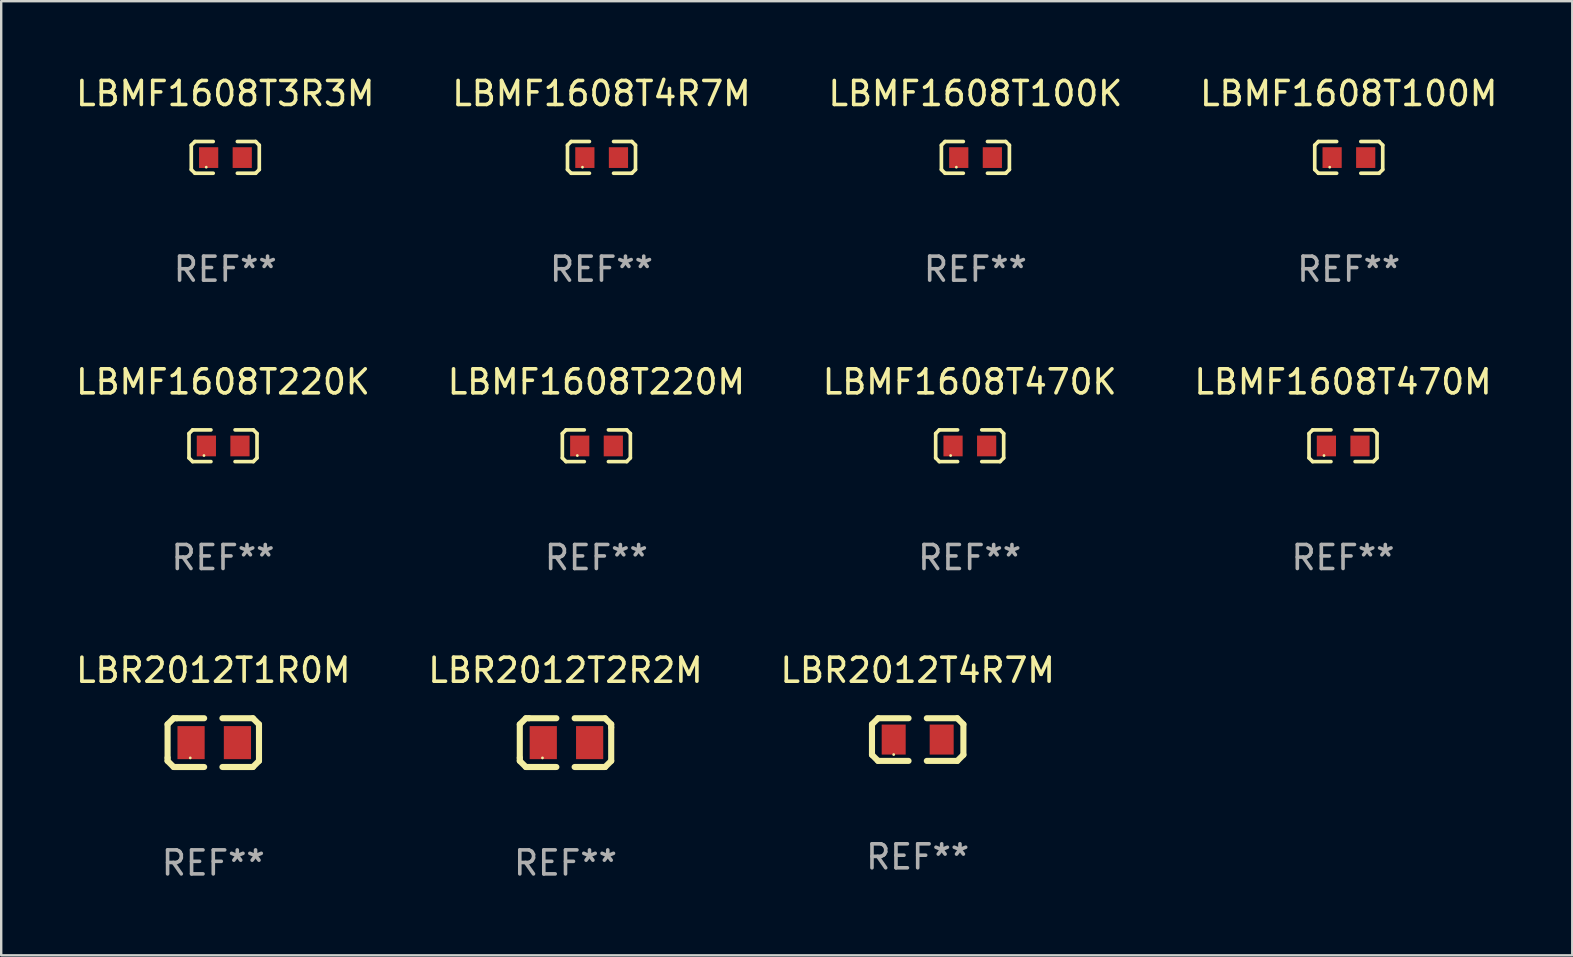
<source format=kicad_pcb>
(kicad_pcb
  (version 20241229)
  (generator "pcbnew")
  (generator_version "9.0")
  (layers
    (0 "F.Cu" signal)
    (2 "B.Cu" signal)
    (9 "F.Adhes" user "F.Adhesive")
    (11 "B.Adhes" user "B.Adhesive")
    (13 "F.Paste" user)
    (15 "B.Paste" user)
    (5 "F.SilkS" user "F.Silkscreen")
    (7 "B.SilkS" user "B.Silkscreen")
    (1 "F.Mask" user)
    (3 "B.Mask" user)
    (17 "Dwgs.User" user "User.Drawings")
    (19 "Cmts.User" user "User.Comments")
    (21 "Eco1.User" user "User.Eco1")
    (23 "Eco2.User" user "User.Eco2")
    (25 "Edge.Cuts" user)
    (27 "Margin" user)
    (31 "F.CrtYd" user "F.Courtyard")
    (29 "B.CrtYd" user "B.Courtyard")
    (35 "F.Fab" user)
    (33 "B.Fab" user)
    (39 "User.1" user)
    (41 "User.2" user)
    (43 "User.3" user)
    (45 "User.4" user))
  (footprint "LBMF1608T470M"
    (layer "F.Cu")
    (at 52.923 15.527)
    (property "Reference" "LBMF1608T470M" (at 0 -2.661 0) (layer "F.SilkS") (effects (font (size 1 1) (thickness 0.15))))
    (attr through_hole)
    (fp_line (start -1.417 -0.508) (end -1.265 -0.661) (stroke (width 0.152) (type solid)) (layer "F.SilkS"))
    (fp_line (start -1.417 0.508) (end -1.417 -0.508) (stroke (width 0.152) (type solid)) (layer "F.SilkS"))
    (fp_line (start -1.265 -0.661) (end -0.503 -0.661) (stroke (width 0.152) (type solid)) (layer "F.SilkS"))
    (fp_line (start -1.265 0.661) (end -1.417 0.508) (stroke (width 0.152) (type solid)) (layer "F.SilkS"))
    (fp_line (start -1.265 0.661) (end -0.503 0.661) (stroke (width 0.152) (type solid)) (layer "F.SilkS"))
    (fp_line (start 1.265 -0.661) (end 0.503 -0.661) (stroke (width 0.152) (type solid)) (layer "F.SilkS"))
    (fp_line (start 1.265 -0.661) (end 1.417 -0.508) (stroke (width 0.152) (type solid)) (layer "F.SilkS"))
    (fp_line (start 1.265 0.661) (end 0.503 0.661) (stroke (width 0.152) (type solid)) (layer "F.SilkS"))
    (fp_line (start 1.417 -0.508) (end 1.417 0.508) (stroke (width 0.152) (type solid)) (layer "F.SilkS"))
    (fp_line (start 1.417 0.508) (end 1.265 0.661) (stroke (width 0.152) (type solid)) (layer "F.SilkS"))
    (fp_circle (center -0.793 0.409) (end -0.763 0.409) (stroke (width 0.06) (type solid)) (fill no) (layer "F.SilkS"))
    (fp_text user "REF**" (at 0 4.661 0) (layer "F.Fab") (effects (font (size 1 1) (thickness 0.15))))
    (pad "1" smd rect (at -0.693 0.009 180) (size 0.8 0.864) (layers "F.Cu" "F.Mask" "F.Paste"))
    (pad "2" smd rect (at 0.707 0.009 180) (size 0.8 0.864) (layers "F.Cu" "F.Mask" "F.Paste")))
  (footprint "LBMF1608T220M"
    (layer "F.Cu")
    (at 21.804 15.527)
    (property "Reference" "LBMF1608T220M" (at 0 -2.661 0) (layer "F.SilkS") (effects (font (size 1 1) (thickness 0.15))))
    (attr through_hole)
    (fp_line (start -1.417 -0.508) (end -1.265 -0.661) (stroke (width 0.152) (type solid)) (layer "F.SilkS"))
    (fp_line (start -1.417 0.508) (end -1.417 -0.508) (stroke (width 0.152) (type solid)) (layer "F.SilkS"))
    (fp_line (start -1.265 -0.661) (end -0.503 -0.661) (stroke (width 0.152) (type solid)) (layer "F.SilkS"))
    (fp_line (start -1.265 0.661) (end -1.417 0.508) (stroke (width 0.152) (type solid)) (layer "F.SilkS"))
    (fp_line (start -1.265 0.661) (end -0.503 0.661) (stroke (width 0.152) (type solid)) (layer "F.SilkS"))
    (fp_line (start 1.265 -0.661) (end 0.503 -0.661) (stroke (width 0.152) (type solid)) (layer "F.SilkS"))
    (fp_line (start 1.265 -0.661) (end 1.417 -0.508) (stroke (width 0.152) (type solid)) (layer "F.SilkS"))
    (fp_line (start 1.265 0.661) (end 0.503 0.661) (stroke (width 0.152) (type solid)) (layer "F.SilkS"))
    (fp_line (start 1.417 -0.508) (end 1.417 0.508) (stroke (width 0.152) (type solid)) (layer "F.SilkS"))
    (fp_line (start 1.417 0.508) (end 1.265 0.661) (stroke (width 0.152) (type solid)) (layer "F.SilkS"))
    (fp_circle (center -0.793 0.409) (end -0.763 0.409) (stroke (width 0.06) (type solid)) (fill no) (layer "F.SilkS"))
    (fp_text user "REF**" (at 0 4.661 0) (layer "F.Fab") (effects (font (size 1 1) (thickness 0.15))))
    (pad "1" smd rect (at -0.693 0.009 180) (size 0.8 0.864) (layers "F.Cu" "F.Mask" "F.Paste"))
    (pad "2" smd rect (at 0.707 0.009 180) (size 0.8 0.864) (layers "F.Cu" "F.Mask" "F.Paste")))
  (footprint "LBR2012T2R2M"
    (layer "F.Cu")
    (at 20.518 27.9)
    (property "Reference" "LBR2012T2R2M" (at 0 -3.016 0) (layer "F.SilkS") (effects (font (size 1 1) (thickness 0.15))))
    (attr through_hole)
    (fp_line (start -1.905 -0.762) (end -1.905 0.635) (stroke (width 0.254) (type solid)) (layer "F.SilkS"))
    (fp_line (start -1.905 0.635) (end -1.905 0.762) (stroke (width 0.254) (type solid)) (layer "F.SilkS"))
    (fp_line (start -1.905 0.762) (end -1.651 1.016) (stroke (width 0.254) (type solid)) (layer "F.SilkS"))
    (fp_line (start -1.651 -1.016) (end -1.905 -0.762) (stroke (width 0.254) (type solid)) (layer "F.SilkS"))
    (fp_line (start -1.651 1.016) (end -0.381 1.016) (stroke (width 0.254) (type solid)) (layer "F.SilkS"))
    (fp_line (start -1.524 -1.016) (end -1.651 -1.016) (stroke (width 0.254) (type solid)) (layer "F.SilkS"))
    (fp_line (start -0.381 -1.016) (end -1.524 -1.016) (stroke (width 0.254) (type solid)) (layer "F.SilkS"))
    (fp_line (start 0.381 1.016) (end 1.524 1.016) (stroke (width 0.254) (type solid)) (layer "F.SilkS"))
    (fp_line (start 1.524 1.016) (end 1.651 1.016) (stroke (width 0.254) (type solid)) (layer "F.SilkS"))
    (fp_line (start 1.651 -1.016) (end 0.381 -1.016) (stroke (width 0.254) (type solid)) (layer "F.SilkS"))
    (fp_line (start 1.651 1.016) (end 1.905 0.762) (stroke (width 0.254) (type solid)) (layer "F.SilkS"))
    (fp_line (start 1.905 -0.762) (end 1.651 -1.016) (stroke (width 0.254) (type solid)) (layer "F.SilkS"))
    (fp_line (start 1.905 -0.635) (end 1.905 -0.762) (stroke (width 0.254) (type solid)) (layer "F.SilkS"))
    (fp_line (start 1.905 0.762) (end 1.905 -0.635) (stroke (width 0.254) (type solid)) (layer "F.SilkS"))
    (fp_circle (center -0.96 0.637) (end -0.93 0.637) (stroke (width 0.06) (type solid)) (fill no) (layer "F.SilkS"))
    (fp_text user "REF**" (at 0 5.016 0) (layer "F.Fab") (effects (font (size 1 1) (thickness 0.15))))
    (pad "1" smd rect (at -0.926 -0.000051) (size 1.133 1.377) (layers "F.Cu" "F.Mask" "F.Paste"))
    (pad "2" smd rect (at 1.006 -0.000051) (size 1.133 1.377) (layers "F.Cu" "F.Mask" "F.Paste")))
  (footprint "LBR2012T1R0M"
    (layer "F.Cu")
    (at 5.839 27.9)
    (property "Reference" "LBR2012T1R0M" (at 0 -3.016 0) (layer "F.SilkS") (effects (font (size 1 1) (thickness 0.15))))
    (attr through_hole)
    (fp_line (start -1.905 -0.762) (end -1.905 0.635) (stroke (width 0.254) (type solid)) (layer "F.SilkS"))
    (fp_line (start -1.905 0.635) (end -1.905 0.762) (stroke (width 0.254) (type solid)) (layer "F.SilkS"))
    (fp_line (start -1.905 0.762) (end -1.651 1.016) (stroke (width 0.254) (type solid)) (layer "F.SilkS"))
    (fp_line (start -1.651 -1.016) (end -1.905 -0.762) (stroke (width 0.254) (type solid)) (layer "F.SilkS"))
    (fp_line (start -1.651 1.016) (end -0.381 1.016) (stroke (width 0.254) (type solid)) (layer "F.SilkS"))
    (fp_line (start -1.524 -1.016) (end -1.651 -1.016) (stroke (width 0.254) (type solid)) (layer "F.SilkS"))
    (fp_line (start -0.381 -1.016) (end -1.524 -1.016) (stroke (width 0.254) (type solid)) (layer "F.SilkS"))
    (fp_line (start 0.381 1.016) (end 1.524 1.016) (stroke (width 0.254) (type solid)) (layer "F.SilkS"))
    (fp_line (start 1.524 1.016) (end 1.651 1.016) (stroke (width 0.254) (type solid)) (layer "F.SilkS"))
    (fp_line (start 1.651 -1.016) (end 0.381 -1.016) (stroke (width 0.254) (type solid)) (layer "F.SilkS"))
    (fp_line (start 1.651 1.016) (end 1.905 0.762) (stroke (width 0.254) (type solid)) (layer "F.SilkS"))
    (fp_line (start 1.905 -0.762) (end 1.651 -1.016) (stroke (width 0.254) (type solid)) (layer "F.SilkS"))
    (fp_line (start 1.905 -0.635) (end 1.905 -0.762) (stroke (width 0.254) (type solid)) (layer "F.SilkS"))
    (fp_line (start 1.905 0.762) (end 1.905 -0.635) (stroke (width 0.254) (type solid)) (layer "F.SilkS"))
    (fp_circle (center -0.96 0.637) (end -0.93 0.637) (stroke (width 0.06) (type solid)) (fill no) (layer "F.SilkS"))
    (fp_text user "REF**" (at 0 5.016 0) (layer "F.Fab") (effects (font (size 1 1) (thickness 0.15))))
    (pad "1" smd rect (at -0.926 -0.000051) (size 1.133 1.377) (layers "F.Cu" "F.Mask" "F.Paste"))
    (pad "2" smd rect (at 1.006 -0.000051) (size 1.133 1.377) (layers "F.Cu" "F.Mask" "F.Paste")))
  (footprint "LBMF1608T100K"
    (layer "F.Cu")
    (at 37.601 3.509)
    (property "Reference" "LBMF1608T100K" (at 0 -2.661 0) (layer "F.SilkS") (effects (font (size 1 1) (thickness 0.15))))
    (attr through_hole)
    (fp_line (start -1.417 -0.508) (end -1.265 -0.661) (stroke (width 0.152) (type solid)) (layer "F.SilkS"))
    (fp_line (start -1.417 0.508) (end -1.417 -0.508) (stroke (width 0.152) (type solid)) (layer "F.SilkS"))
    (fp_line (start -1.265 -0.661) (end -0.503 -0.661) (stroke (width 0.152) (type solid)) (layer "F.SilkS"))
    (fp_line (start -1.265 0.661) (end -1.417 0.508) (stroke (width 0.152) (type solid)) (layer "F.SilkS"))
    (fp_line (start -1.265 0.661) (end -0.503 0.661) (stroke (width 0.152) (type solid)) (layer "F.SilkS"))
    (fp_line (start 1.265 -0.661) (end 0.503 -0.661) (stroke (width 0.152) (type solid)) (layer "F.SilkS"))
    (fp_line (start 1.265 -0.661) (end 1.417 -0.508) (stroke (width 0.152) (type solid)) (layer "F.SilkS"))
    (fp_line (start 1.265 0.661) (end 0.503 0.661) (stroke (width 0.152) (type solid)) (layer "F.SilkS"))
    (fp_line (start 1.417 -0.508) (end 1.417 0.508) (stroke (width 0.152) (type solid)) (layer "F.SilkS"))
    (fp_line (start 1.417 0.508) (end 1.265 0.661) (stroke (width 0.152) (type solid)) (layer "F.SilkS"))
    (fp_circle (center -0.793 0.409) (end -0.763 0.409) (stroke (width 0.06) (type solid)) (fill no) (layer "F.SilkS"))
    (fp_text user "REF**" (at 0 4.661 0) (layer "F.Fab") (effects (font (size 1 1) (thickness 0.15))))
    (pad "1" smd rect (at -0.693 0.009 180) (size 0.8 0.864) (layers "F.Cu" "F.Mask" "F.Paste"))
    (pad "2" smd rect (at 0.707 0.009 180) (size 0.8 0.864) (layers "F.Cu" "F.Mask" "F.Paste")))
  (footprint "LBMF1608T470K"
    (layer "F.Cu")
    (at 37.363 15.527)
    (property "Reference" "LBMF1608T470K" (at 0 -2.661 0) (layer "F.SilkS") (effects (font (size 1 1) (thickness 0.15))))
    (attr through_hole)
    (fp_line (start -1.417 -0.508) (end -1.265 -0.661) (stroke (width 0.152) (type solid)) (layer "F.SilkS"))
    (fp_line (start -1.417 0.508) (end -1.417 -0.508) (stroke (width 0.152) (type solid)) (layer "F.SilkS"))
    (fp_line (start -1.265 -0.661) (end -0.503 -0.661) (stroke (width 0.152) (type solid)) (layer "F.SilkS"))
    (fp_line (start -1.265 0.661) (end -1.417 0.508) (stroke (width 0.152) (type solid)) (layer "F.SilkS"))
    (fp_line (start -1.265 0.661) (end -0.503 0.661) (stroke (width 0.152) (type solid)) (layer "F.SilkS"))
    (fp_line (start 1.265 -0.661) (end 0.503 -0.661) (stroke (width 0.152) (type solid)) (layer "F.SilkS"))
    (fp_line (start 1.265 -0.661) (end 1.417 -0.508) (stroke (width 0.152) (type solid)) (layer "F.SilkS"))
    (fp_line (start 1.265 0.661) (end 0.503 0.661) (stroke (width 0.152) (type solid)) (layer "F.SilkS"))
    (fp_line (start 1.417 -0.508) (end 1.417 0.508) (stroke (width 0.152) (type solid)) (layer "F.SilkS"))
    (fp_line (start 1.417 0.508) (end 1.265 0.661) (stroke (width 0.152) (type solid)) (layer "F.SilkS"))
    (fp_circle (center -0.793 0.409) (end -0.763 0.409) (stroke (width 0.06) (type solid)) (fill no) (layer "F.SilkS"))
    (fp_text user "REF**" (at 0 4.661 0) (layer "F.Fab") (effects (font (size 1 1) (thickness 0.15))))
    (pad "1" smd rect (at -0.693 0.009 180) (size 0.8 0.864) (layers "F.Cu" "F.Mask" "F.Paste"))
    (pad "2" smd rect (at 0.707 0.009 180) (size 0.8 0.864) (layers "F.Cu" "F.Mask" "F.Paste")))
  (footprint "LBR2012T4R7M"
    (layer "F.Cu")
    (at 35.196 27.773)
    (property "Reference" "LBR2012T4R7M" (at 0 -2.889 0) (layer "F.SilkS") (effects (font (size 1 1) (thickness 0.15))))
    (attr through_hole)
    (fp_line (start -1.905 -0.635) (end -1.651 -0.889) (stroke (width 0.254) (type solid)) (layer "F.SilkS"))
    (fp_line (start -1.905 0.635) (end -1.905 -0.635) (stroke (width 0.254) (type solid)) (layer "F.SilkS"))
    (fp_line (start -1.651 -0.889) (end -0.381 -0.889) (stroke (width 0.254) (type solid)) (layer "F.SilkS"))
    (fp_line (start -1.651 0.889) (end -1.905 0.635) (stroke (width 0.254) (type solid)) (layer "F.SilkS"))
    (fp_line (start -0.381 0.889) (end -1.651 0.889) (stroke (width 0.254) (type solid)) (layer "F.SilkS"))
    (fp_line (start 0.381 -0.889) (end 1.651 -0.889) (stroke (width 0.254) (type solid)) (layer "F.SilkS"))
    (fp_line (start 1.651 -0.889) (end 1.905 -0.635) (stroke (width 0.254) (type solid)) (layer "F.SilkS"))
    (fp_line (start 1.651 0.889) (end 0.381 0.889) (stroke (width 0.254) (type solid)) (layer "F.SilkS"))
    (fp_line (start 1.905 -0.635) (end 1.905 0.635) (stroke (width 0.254) (type solid)) (layer "F.SilkS"))
    (fp_line (start 1.905 0.635) (end 1.651 0.889) (stroke (width 0.254) (type solid)) (layer "F.SilkS"))
    (fp_circle (center -1 0.625) (end -0.97 0.625) (stroke (width 0.06) (type solid)) (fill no) (layer "F.SilkS"))
    (fp_text user "REF**" (at 0 4.889 0) (layer "F.Fab") (effects (font (size 1 1) (thickness 0.15))))
    (pad "1" smd rect (at -1 0 180) (size 1 1.25) (layers "F.Cu" "F.Mask" "F.Paste"))
    (pad "2" smd rect (at 1 0) (size 1 1.25) (layers "F.Cu" "F.Mask" "F.Paste")))
  (footprint "LBMF1608T4R7M"
    (layer "F.Cu")
    (at 22.018 3.509)
    (property "Reference" "LBMF1608T4R7M" (at 0 -2.661 0) (layer "F.SilkS") (effects (font (size 1 1) (thickness 0.15))))
    (attr through_hole)
    (fp_line (start -1.417 -0.508) (end -1.265 -0.661) (stroke (width 0.152) (type solid)) (layer "F.SilkS"))
    (fp_line (start -1.417 0.508) (end -1.417 -0.508) (stroke (width 0.152) (type solid)) (layer "F.SilkS"))
    (fp_line (start -1.265 -0.661) (end -0.503 -0.661) (stroke (width 0.152) (type solid)) (layer "F.SilkS"))
    (fp_line (start -1.265 0.661) (end -1.417 0.508) (stroke (width 0.152) (type solid)) (layer "F.SilkS"))
    (fp_line (start -1.265 0.661) (end -0.503 0.661) (stroke (width 0.152) (type solid)) (layer "F.SilkS"))
    (fp_line (start 1.265 -0.661) (end 0.503 -0.661) (stroke (width 0.152) (type solid)) (layer "F.SilkS"))
    (fp_line (start 1.265 -0.661) (end 1.417 -0.508) (stroke (width 0.152) (type solid)) (layer "F.SilkS"))
    (fp_line (start 1.265 0.661) (end 0.503 0.661) (stroke (width 0.152) (type solid)) (layer "F.SilkS"))
    (fp_line (start 1.417 -0.508) (end 1.417 0.508) (stroke (width 0.152) (type solid)) (layer "F.SilkS"))
    (fp_line (start 1.417 0.508) (end 1.265 0.661) (stroke (width 0.152) (type solid)) (layer "F.SilkS"))
    (fp_circle (center -0.793 0.409) (end -0.763 0.409) (stroke (width 0.06) (type solid)) (fill no) (layer "F.SilkS"))
    (fp_text user "REF**" (at 0 4.661 0) (layer "F.Fab") (effects (font (size 1 1) (thickness 0.15))))
    (pad "1" smd rect (at -0.693 0.009 180) (size 0.8 0.864) (layers "F.Cu" "F.Mask" "F.Paste"))
    (pad "2" smd rect (at 0.707 0.009 180) (size 0.8 0.864) (layers "F.Cu" "F.Mask" "F.Paste")))
  (footprint "LBMF1608T3R3M"
    (layer "F.Cu")
    (at 6.339 3.509)
    (property "Reference" "LBMF1608T3R3M" (at 0 -2.661 0) (layer "F.SilkS") (effects (font (size 1 1) (thickness 0.15))))
    (attr through_hole)
    (fp_line (start -1.417 -0.508) (end -1.265 -0.661) (stroke (width 0.152) (type solid)) (layer "F.SilkS"))
    (fp_line (start -1.417 0.508) (end -1.417 -0.508) (stroke (width 0.152) (type solid)) (layer "F.SilkS"))
    (fp_line (start -1.265 -0.661) (end -0.503 -0.661) (stroke (width 0.152) (type solid)) (layer "F.SilkS"))
    (fp_line (start -1.265 0.661) (end -1.417 0.508) (stroke (width 0.152) (type solid)) (layer "F.SilkS"))
    (fp_line (start -1.265 0.661) (end -0.503 0.661) (stroke (width 0.152) (type solid)) (layer "F.SilkS"))
    (fp_line (start 1.265 -0.661) (end 0.503 -0.661) (stroke (width 0.152) (type solid)) (layer "F.SilkS"))
    (fp_line (start 1.265 -0.661) (end 1.417 -0.508) (stroke (width 0.152) (type solid)) (layer "F.SilkS"))
    (fp_line (start 1.265 0.661) (end 0.503 0.661) (stroke (width 0.152) (type solid)) (layer "F.SilkS"))
    (fp_line (start 1.417 -0.508) (end 1.417 0.508) (stroke (width 0.152) (type solid)) (layer "F.SilkS"))
    (fp_line (start 1.417 0.508) (end 1.265 0.661) (stroke (width 0.152) (type solid)) (layer "F.SilkS"))
    (fp_circle (center -0.793 0.409) (end -0.763 0.409) (stroke (width 0.06) (type solid)) (fill no) (layer "F.SilkS"))
    (fp_text user "REF**" (at 0 4.661 0) (layer "F.Fab") (effects (font (size 1 1) (thickness 0.15))))
    (pad "1" smd rect (at -0.693 0.009 180) (size 0.8 0.864) (layers "F.Cu" "F.Mask" "F.Paste"))
    (pad "2" smd rect (at 0.707 0.009 180) (size 0.8 0.864) (layers "F.Cu" "F.Mask" "F.Paste")))
  (footprint "LBMF1608T100M"
    (layer "F.Cu")
    (at 53.161 3.509)
    (property "Reference" "LBMF1608T100M" (at 0 -2.661 0) (layer "F.SilkS") (effects (font (size 1 1) (thickness 0.15))))
    (attr through_hole)
    (fp_line (start -1.417 -0.508) (end -1.265 -0.661) (stroke (width 0.152) (type solid)) (layer "F.SilkS"))
    (fp_line (start -1.417 0.508) (end -1.417 -0.508) (stroke (width 0.152) (type solid)) (layer "F.SilkS"))
    (fp_line (start -1.265 -0.661) (end -0.503 -0.661) (stroke (width 0.152) (type solid)) (layer "F.SilkS"))
    (fp_line (start -1.265 0.661) (end -1.417 0.508) (stroke (width 0.152) (type solid)) (layer "F.SilkS"))
    (fp_line (start -1.265 0.661) (end -0.503 0.661) (stroke (width 0.152) (type solid)) (layer "F.SilkS"))
    (fp_line (start 1.265 -0.661) (end 0.503 -0.661) (stroke (width 0.152) (type solid)) (layer "F.SilkS"))
    (fp_line (start 1.265 -0.661) (end 1.417 -0.508) (stroke (width 0.152) (type solid)) (layer "F.SilkS"))
    (fp_line (start 1.265 0.661) (end 0.503 0.661) (stroke (width 0.152) (type solid)) (layer "F.SilkS"))
    (fp_line (start 1.417 -0.508) (end 1.417 0.508) (stroke (width 0.152) (type solid)) (layer "F.SilkS"))
    (fp_line (start 1.417 0.508) (end 1.265 0.661) (stroke (width 0.152) (type solid)) (layer "F.SilkS"))
    (fp_circle (center -0.793 0.409) (end -0.763 0.409) (stroke (width 0.06) (type solid)) (fill no) (layer "F.SilkS"))
    (fp_text user "REF**" (at 0 4.661 0) (layer "F.Fab") (effects (font (size 1 1) (thickness 0.15))))
    (pad "1" smd rect (at -0.693 0.009 180) (size 0.8 0.864) (layers "F.Cu" "F.Mask" "F.Paste"))
    (pad "2" smd rect (at 0.707 0.009 180) (size 0.8 0.864) (layers "F.Cu" "F.Mask" "F.Paste")))
  (footprint "LBMF1608T220K"
    (layer "F.Cu")
    (at 6.244 15.527)
    (property "Reference" "LBMF1608T220K" (at 0 -2.661 0) (layer "F.SilkS") (effects (font (size 1 1) (thickness 0.15))))
    (attr through_hole)
    (fp_line (start -1.417 -0.508) (end -1.265 -0.661) (stroke (width 0.152) (type solid)) (layer "F.SilkS"))
    (fp_line (start -1.417 0.508) (end -1.417 -0.508) (stroke (width 0.152) (type solid)) (layer "F.SilkS"))
    (fp_line (start -1.265 -0.661) (end -0.503 -0.661) (stroke (width 0.152) (type solid)) (layer "F.SilkS"))
    (fp_line (start -1.265 0.661) (end -1.417 0.508) (stroke (width 0.152) (type solid)) (layer "F.SilkS"))
    (fp_line (start -1.265 0.661) (end -0.503 0.661) (stroke (width 0.152) (type solid)) (layer "F.SilkS"))
    (fp_line (start 1.265 -0.661) (end 0.503 -0.661) (stroke (width 0.152) (type solid)) (layer "F.SilkS"))
    (fp_line (start 1.265 -0.661) (end 1.417 -0.508) (stroke (width 0.152) (type solid)) (layer "F.SilkS"))
    (fp_line (start 1.265 0.661) (end 0.503 0.661) (stroke (width 0.152) (type solid)) (layer "F.SilkS"))
    (fp_line (start 1.417 -0.508) (end 1.417 0.508) (stroke (width 0.152) (type solid)) (layer "F.SilkS"))
    (fp_line (start 1.417 0.508) (end 1.265 0.661) (stroke (width 0.152) (type solid)) (layer "F.SilkS"))
    (fp_circle (center -0.793 0.409) (end -0.763 0.409) (stroke (width 0.06) (type solid)) (fill no) (layer "F.SilkS"))
    (fp_text user "REF**" (at 0 4.661 0) (layer "F.Fab") (effects (font (size 1 1) (thickness 0.15))))
    (pad "1" smd rect (at -0.693 0.009 180) (size 0.8 0.864) (layers "F.Cu" "F.Mask" "F.Paste"))
    (pad "2" smd rect (at 0.707 0.009 180) (size 0.8 0.864) (layers "F.Cu" "F.Mask" "F.Paste")))
  (gr_rect
    (start -3 -3)
    (end 62.476 36.764)
    (stroke (width 0.1) (type default))
    (fill no)
    (layer "Edge.Cuts")))
</source>
